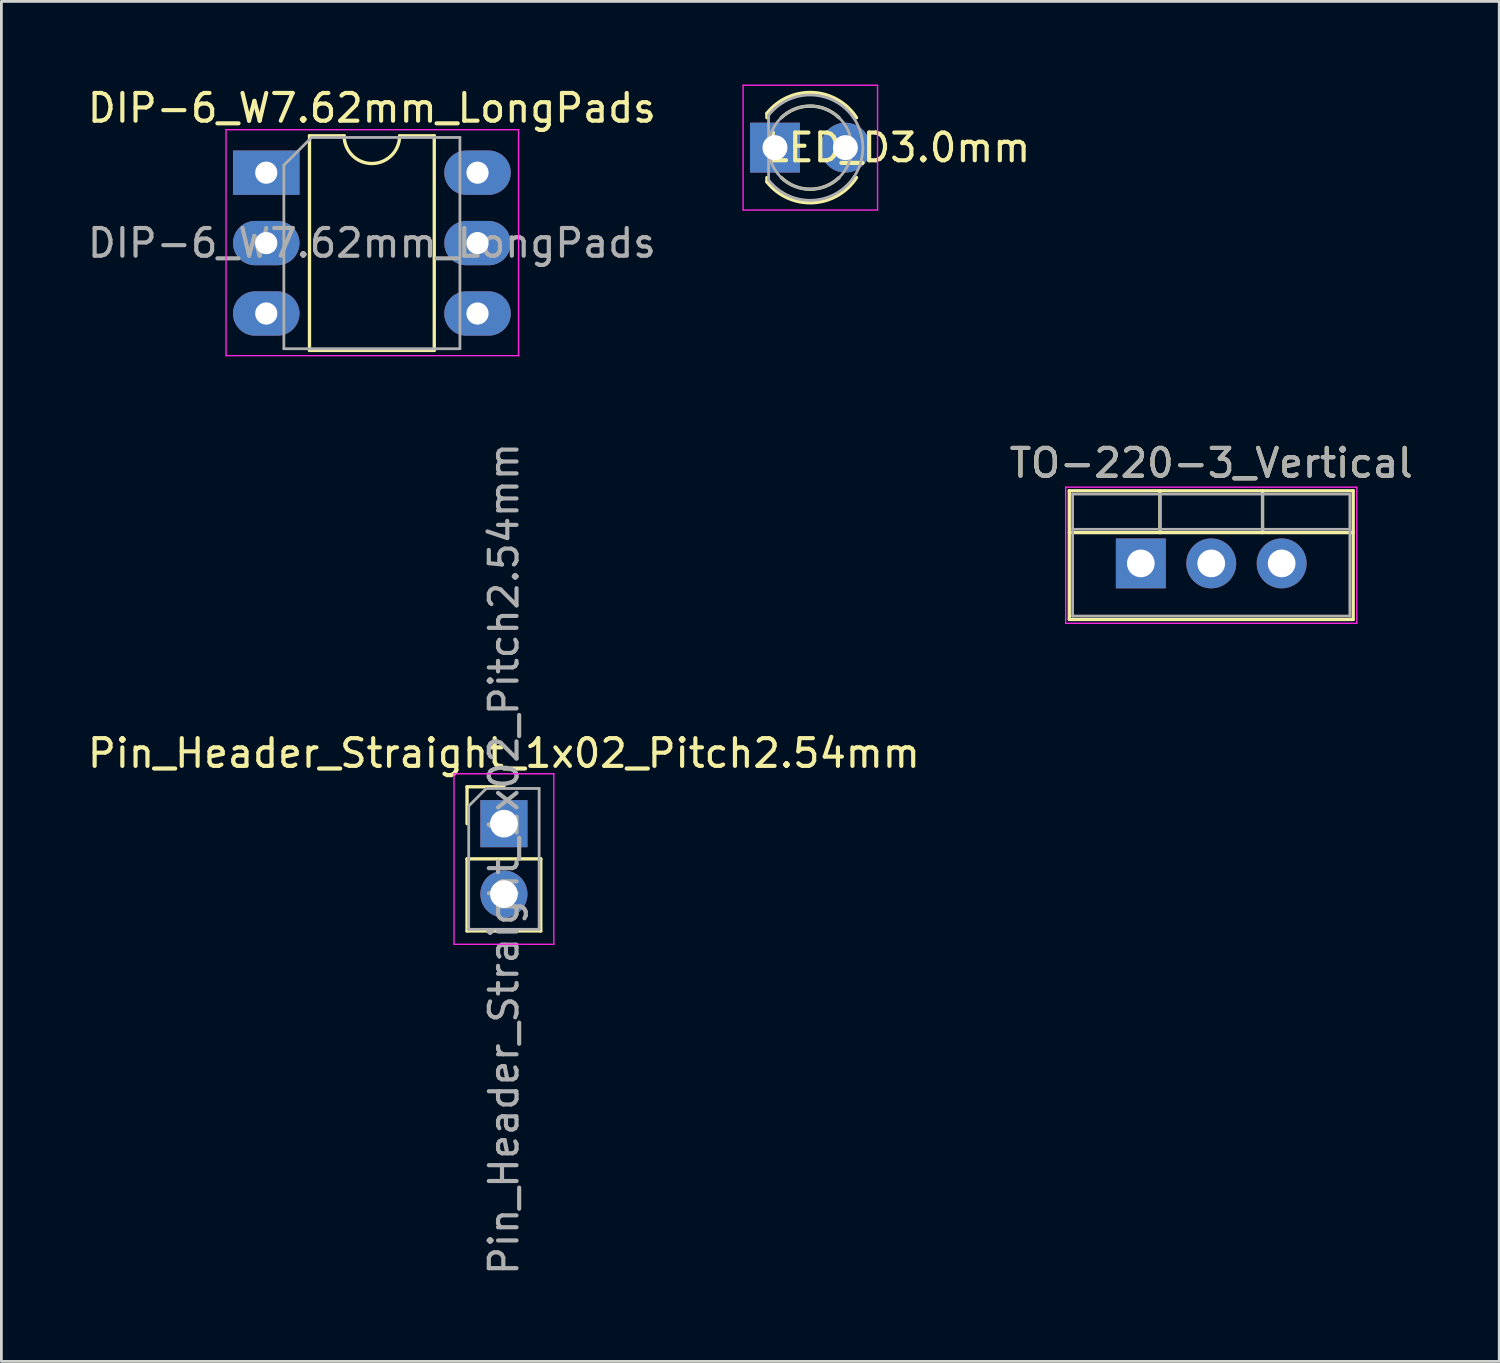
<source format=kicad_pcb>
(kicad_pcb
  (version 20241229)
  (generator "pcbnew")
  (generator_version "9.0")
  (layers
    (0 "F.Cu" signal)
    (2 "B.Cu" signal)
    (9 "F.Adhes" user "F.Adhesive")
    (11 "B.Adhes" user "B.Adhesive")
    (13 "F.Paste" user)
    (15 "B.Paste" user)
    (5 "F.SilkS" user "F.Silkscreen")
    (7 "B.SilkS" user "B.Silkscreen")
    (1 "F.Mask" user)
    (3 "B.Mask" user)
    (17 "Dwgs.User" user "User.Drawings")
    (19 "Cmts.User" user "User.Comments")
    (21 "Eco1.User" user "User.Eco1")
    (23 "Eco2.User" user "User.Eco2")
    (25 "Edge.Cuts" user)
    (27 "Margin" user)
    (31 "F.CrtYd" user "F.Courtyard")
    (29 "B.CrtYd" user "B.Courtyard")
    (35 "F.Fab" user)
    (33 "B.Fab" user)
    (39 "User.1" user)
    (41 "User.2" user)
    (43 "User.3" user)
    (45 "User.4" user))
  (footprint "Pin_Header_Straight_1x02_Pitch2.54mm"
    (layer "F.Cu")
    (at 15.125 26.658)
    (property "Reference" "Pin_Header_Straight_1x02_Pitch2.54mm" (at 0 -2.54 0) (layer "F.SilkS") (effects (font (size 1 1) (thickness 0.15))))
    (attr through_hole)
    (fp_line (start -1.33 -1.33) (end 0 -1.33) (stroke (width 0.12) (type solid)) (layer "F.SilkS"))
    (fp_line (start -1.33 0) (end -1.33 -1.33) (stroke (width 0.12) (type solid)) (layer "F.SilkS"))
    (fp_line (start -1.33 1.27) (end -1.33 3.87) (stroke (width 0.12) (type solid)) (layer "F.SilkS"))
    (fp_line (start -1.33 1.27) (end 1.33 1.27) (stroke (width 0.12) (type solid)) (layer "F.SilkS"))
    (fp_line (start -1.33 3.87) (end 1.33 3.87) (stroke (width 0.12) (type solid)) (layer "F.SilkS"))
    (fp_line (start 1.33 1.27) (end 1.33 3.87) (stroke (width 0.12) (type solid)) (layer "F.SilkS"))
    (fp_line (start -1.8 -1.8) (end -1.8 4.35) (stroke (width 0.05) (type solid)) (layer "F.CrtYd"))
    (fp_line (start -1.8 4.35) (end 1.8 4.35) (stroke (width 0.05) (type solid)) (layer "F.CrtYd"))
    (fp_line (start 1.8 -1.8) (end -1.8 -1.8) (stroke (width 0.05) (type solid)) (layer "F.CrtYd"))
    (fp_line (start 1.8 4.35) (end 1.8 -1.8) (stroke (width 0.05) (type solid)) (layer "F.CrtYd"))
    (fp_line (start -1.27 -0.635) (end -0.635 -1.27) (stroke (width 0.1) (type solid)) (layer "F.Fab"))
    (fp_line (start -1.27 3.81) (end -1.27 -0.635) (stroke (width 0.1) (type solid)) (layer "F.Fab"))
    (fp_line (start -0.635 -1.27) (end 1.27 -1.27) (stroke (width 0.1) (type solid)) (layer "F.Fab"))
    (fp_line (start 1.27 -1.27) (end 1.27 3.81) (stroke (width 0.1) (type solid)) (layer "F.Fab"))
    (fp_line (start 1.27 3.81) (end -1.27 3.81) (stroke (width 0.1) (type solid)) (layer "F.Fab"))
    (fp_text user "${REFERENCE}" (at 0 1.27 90) (layer "F.Fab") (effects (font (size 1 1) (thickness 0.15))))
    (pad "1" thru_hole rect (at 0 0) (size 1.7 1.7) (drill 1) (layers "*.Cu" "*.Mask"))
    (pad "2" thru_hole oval (at 0 2.54) (size 1.7 1.7) (drill 1) (layers "*.Cu" "*.Mask")))
  (footprint "DIP-6_W7.62mm_LongPads"
    (layer "F.Cu")
    (at 6.553 3.178)
    (property "Reference" "DIP-6_W7.62mm_LongPads" (at 3.81 -2.33 0) (layer "F.SilkS") (effects (font (size 1 1) (thickness 0.15))))
    (attr through_hole)
    (fp_line (start 1.56 -1.33) (end 1.56 6.41) (stroke (width 0.12) (type solid)) (layer "F.SilkS"))
    (fp_line (start 1.56 6.41) (end 6.06 6.41) (stroke (width 0.12) (type solid)) (layer "F.SilkS"))
    (fp_line (start 2.81 -1.33) (end 1.56 -1.33) (stroke (width 0.12) (type solid)) (layer "F.SilkS"))
    (fp_line (start 6.06 -1.33) (end 4.81 -1.33) (stroke (width 0.12) (type solid)) (layer "F.SilkS"))
    (fp_line (start 6.06 6.41) (end 6.06 -1.33) (stroke (width 0.12) (type solid)) (layer "F.SilkS"))
    (fp_arc (start 4.81 -1.33) (mid 3.81 -0.33) (end 2.81 -1.33) (stroke (width 0.12) (type solid)) (layer "F.SilkS"))
    (fp_line (start -1.45 -1.55) (end -1.45 6.6) (stroke (width 0.05) (type solid)) (layer "F.CrtYd"))
    (fp_line (start -1.45 6.6) (end 9.1 6.6) (stroke (width 0.05) (type solid)) (layer "F.CrtYd"))
    (fp_line (start 9.1 -1.55) (end -1.45 -1.55) (stroke (width 0.05) (type solid)) (layer "F.CrtYd"))
    (fp_line (start 9.1 6.6) (end 9.1 -1.55) (stroke (width 0.05) (type solid)) (layer "F.CrtYd"))
    (fp_line (start 0.635 -0.27) (end 1.635 -1.27) (stroke (width 0.1) (type solid)) (layer "F.Fab"))
    (fp_line (start 0.635 6.35) (end 0.635 -0.27) (stroke (width 0.1) (type solid)) (layer "F.Fab"))
    (fp_line (start 1.635 -1.27) (end 6.985 -1.27) (stroke (width 0.1) (type solid)) (layer "F.Fab"))
    (fp_line (start 6.985 -1.27) (end 6.985 6.35) (stroke (width 0.1) (type solid)) (layer "F.Fab"))
    (fp_line (start 6.985 6.35) (end 0.635 6.35) (stroke (width 0.1) (type solid)) (layer "F.Fab"))
    (fp_text user "${REFERENCE}" (at 3.81 2.54 0) (layer "F.Fab") (effects (font (size 1 1) (thickness 0.15))))
    (pad "1" thru_hole rect (at 0 0) (size 2.4 1.6) (drill 0.8) (layers "*.Cu" "*.Mask"))
    (pad "2" thru_hole oval (at 0 2.54) (size 2.4 1.6) (drill 0.8) (layers "*.Cu" "*.Mask"))
    (pad "3" thru_hole oval (at 0 5.08) (size 2.4 1.6) (drill 0.8) (layers "*.Cu" "*.Mask"))
    (pad "4" thru_hole oval (at 7.62 5.08) (size 2.4 1.6) (drill 0.8) (layers "*.Cu" "*.Mask"))
    (pad "5" thru_hole oval (at 7.62 2.54) (size 2.4 1.6) (drill 0.8) (layers "*.Cu" "*.Mask"))
    (pad "6" thru_hole oval (at 7.62 0) (size 2.4 1.6) (drill 0.8) (layers "*.Cu" "*.Mask")))
  (footprint "TO-220-3_Vertical"
    (layer "F.Cu")
    (at 38.097 17.271)
    (property "Reference" "TO-220-3_Vertical" (at 2.54 -3.62 0) (layer "F.SilkS") (effects (font (size 1 1) (thickness 0.15))))
    (attr through_hole)
    (fp_line (start -2.58 -2.62) (end -2.58 2.021) (stroke (width 0.12) (type solid)) (layer "F.SilkS"))
    (fp_line (start -2.58 -2.62) (end 7.66 -2.62) (stroke (width 0.12) (type solid)) (layer "F.SilkS"))
    (fp_line (start -2.58 -1.11) (end 7.66 -1.11) (stroke (width 0.12) (type solid)) (layer "F.SilkS"))
    (fp_line (start -2.58 2.021) (end 7.66 2.021) (stroke (width 0.12) (type solid)) (layer "F.SilkS"))
    (fp_line (start 0.69 -2.62) (end 0.69 -1.11) (stroke (width 0.12) (type solid)) (layer "F.SilkS"))
    (fp_line (start 4.391 -2.62) (end 4.391 -1.11) (stroke (width 0.12) (type solid)) (layer "F.SilkS"))
    (fp_line (start 7.66 -2.62) (end 7.66 2.021) (stroke (width 0.12) (type solid)) (layer "F.SilkS"))
    (fp_line (start -2.71 -2.75) (end -2.71 2.16) (stroke (width 0.05) (type solid)) (layer "F.CrtYd"))
    (fp_line (start -2.71 2.16) (end 7.79 2.16) (stroke (width 0.05) (type solid)) (layer "F.CrtYd"))
    (fp_line (start 7.79 -2.75) (end -2.71 -2.75) (stroke (width 0.05) (type solid)) (layer "F.CrtYd"))
    (fp_line (start 7.79 2.16) (end 7.79 -2.75) (stroke (width 0.05) (type solid)) (layer "F.CrtYd"))
    (fp_line (start -2.46 -2.5) (end -2.46 1.9) (stroke (width 0.1) (type solid)) (layer "F.Fab"))
    (fp_line (start -2.46 -1.23) (end 7.54 -1.23) (stroke (width 0.1) (type solid)) (layer "F.Fab"))
    (fp_line (start -2.46 1.9) (end 7.54 1.9) (stroke (width 0.1) (type solid)) (layer "F.Fab"))
    (fp_line (start 0.69 -2.5) (end 0.69 -1.23) (stroke (width 0.1) (type solid)) (layer "F.Fab"))
    (fp_line (start 4.39 -2.5) (end 4.39 -1.23) (stroke (width 0.1) (type solid)) (layer "F.Fab"))
    (fp_line (start 7.54 -2.5) (end -2.46 -2.5) (stroke (width 0.1) (type solid)) (layer "F.Fab"))
    (fp_line (start 7.54 1.9) (end 7.54 -2.5) (stroke (width 0.1) (type solid)) (layer "F.Fab"))
    (fp_text user "${REFERENCE}" (at 2.54 -3.62 0) (layer "F.Fab") (effects (font (size 1 1) (thickness 0.15))))
    (pad "1" thru_hole rect (at 0 0) (size 1.8 1.8) (drill 1) (layers "*.Cu" "*.Mask"))
    (pad "2" thru_hole oval (at 2.54 0) (size 1.8 1.8) (drill 1) (layers "*.Cu" "*.Mask"))
    (pad "3" thru_hole oval (at 5.08 0) (size 1.8 1.8) (drill 1) (layers "*.Cu" "*.Mask")))
  (footprint "LED_D3.0mm"
    (layer "F.Cu")
    (at 24.901 2.275)
    (property "Reference" "LED_D3.0mm" (at 4.445 0 0) (layer "F.SilkS") (effects (font (size 1 1) (thickness 0.15))))
    (attr through_hole)
    (fp_line (start -0.29 -1.236) (end -0.29 -1.08) (stroke (width 0.12) (type solid)) (layer "F.SilkS"))
    (fp_line (start -0.29 1.08) (end -0.29 1.236) (stroke (width 0.12) (type solid)) (layer "F.SilkS"))
    (fp_arc (start -0.29 -1.235516) (mid 1.366487 -1.987659) (end 2.942335 -1.078608) (stroke (width 0.12) (type solid)) (layer "F.SilkS"))
    (fp_arc (start 0.229039 -1.08) (mid 1.270117 -1.5) (end 2.31113 -1.079837) (stroke (width 0.12) (type solid)) (layer "F.SilkS"))
    (fp_arc (start 2.31113 1.079837) (mid 1.270117 1.5) (end 0.229039 1.08) (stroke (width 0.12) (type solid)) (layer "F.SilkS"))
    (fp_arc (start 2.942335 1.078608) (mid 1.366487 1.987659) (end -0.29 1.235516) (stroke (width 0.12) (type solid)) (layer "F.SilkS"))
    (fp_line (start -1.15 -2.25) (end -1.15 2.25) (stroke (width 0.05) (type solid)) (layer "F.CrtYd"))
    (fp_line (start -1.15 2.25) (end 3.7 2.25) (stroke (width 0.05) (type solid)) (layer "F.CrtYd"))
    (fp_line (start 3.7 -2.25) (end -1.15 -2.25) (stroke (width 0.05) (type solid)) (layer "F.CrtYd"))
    (fp_line (start 3.7 2.25) (end 3.7 -2.25) (stroke (width 0.05) (type solid)) (layer "F.CrtYd"))
    (fp_line (start -0.23 -1.166) (end -0.23 1.166) (stroke (width 0.1) (type solid)) (layer "F.Fab"))
    (fp_arc (start -0.23 -1.16619) (mid 3.17 0.000452) (end -0.230555 1.165476) (stroke (width 0.1) (type solid)) (layer "F.Fab"))
    (fp_circle (center 1.27 0) (end 2.77 0) (stroke (width 0.1) (type solid)) (fill no) (layer "F.Fab"))
    (pad "1" thru_hole rect (at 0 0) (size 1.8 1.8) (drill 0.9) (layers "*.Cu" "*.Mask"))
    (pad "2" thru_hole circle (at 2.54 0) (size 1.8 1.8) (drill 0.9) (layers "*.Cu" "*.Mask")))
  (gr_rect
    (start -3 -3)
    (end 51.024 46.053)
    (stroke (width 0.1) (type default))
    (fill no)
    (layer "Edge.Cuts")))
</source>
